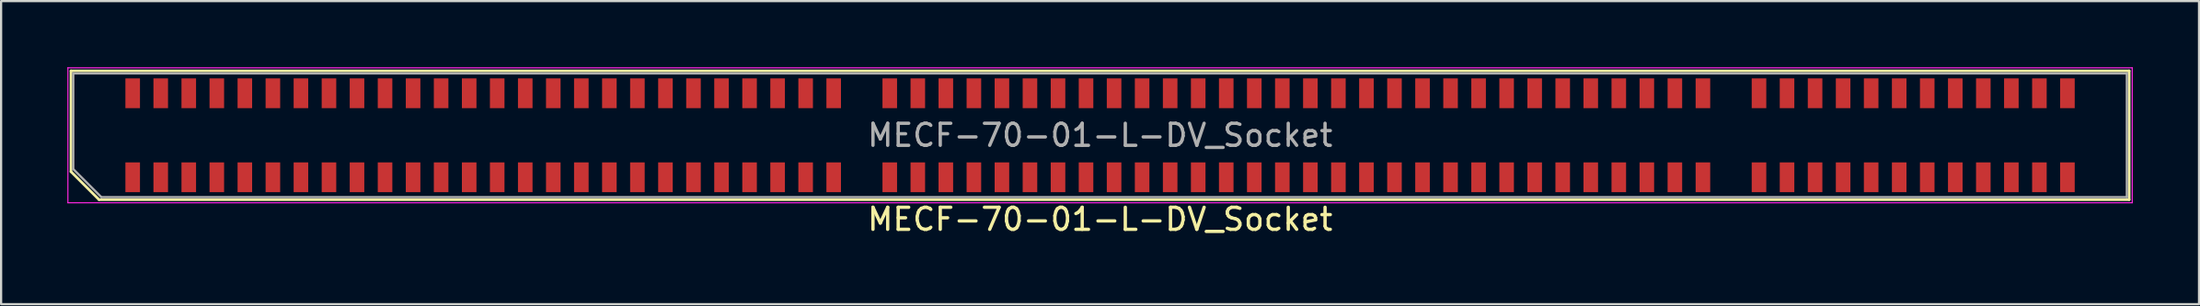
<source format=kicad_pcb>
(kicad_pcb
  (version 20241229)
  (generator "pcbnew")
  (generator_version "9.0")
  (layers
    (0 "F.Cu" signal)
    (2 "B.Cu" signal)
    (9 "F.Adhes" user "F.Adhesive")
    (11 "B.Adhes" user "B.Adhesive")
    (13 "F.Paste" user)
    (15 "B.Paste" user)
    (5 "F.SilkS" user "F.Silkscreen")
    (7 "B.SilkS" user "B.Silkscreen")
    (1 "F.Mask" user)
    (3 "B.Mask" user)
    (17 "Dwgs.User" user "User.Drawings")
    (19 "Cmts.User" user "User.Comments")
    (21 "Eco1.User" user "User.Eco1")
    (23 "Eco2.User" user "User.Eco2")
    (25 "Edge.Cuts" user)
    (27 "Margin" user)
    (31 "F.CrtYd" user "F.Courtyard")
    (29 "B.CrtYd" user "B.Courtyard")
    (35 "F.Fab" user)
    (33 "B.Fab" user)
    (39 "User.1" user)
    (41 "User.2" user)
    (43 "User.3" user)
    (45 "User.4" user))
  (footprint "MECF-70-01-L-DV_Socket"
    (layer "F.Cu")
    (at 46.775 3.085)
    (property "Reference" "MECF-70-01-L-DV_Socket" (at 0 3.81 0) (layer "F.SilkS") (effects (font (size 1 1) (thickness 0.15))))
    (attr smd)
    (fp_line (start -46.61 -2.92) (end 46.61 -2.92) (stroke (width 0.12) (type solid)) (layer "F.SilkS"))
    (fp_line (start -46.61 1.65) (end -46.61 -2.92) (stroke (width 0.12) (type solid)) (layer "F.SilkS"))
    (fp_line (start -45.34 2.92) (end -46.61 1.65) (stroke (width 0.12) (type solid)) (layer "F.SilkS"))
    (fp_line (start -45.34 2.92) (end 46.61 2.92) (stroke (width 0.12) (type solid)) (layer "F.SilkS"))
    (fp_line (start 46.61 2.92) (end 46.61 -2.92) (stroke (width 0.12) (type solid)) (layer "F.SilkS"))
    (fp_line (start -46.75 -3.06) (end -46.75 3.06) (stroke (width 0.05) (type solid)) (layer "F.CrtYd"))
    (fp_line (start -46.75 3.06) (end 46.75 3.06) (stroke (width 0.05) (type solid)) (layer "F.CrtYd"))
    (fp_line (start 46.75 -3.06) (end -46.75 -3.06) (stroke (width 0.05) (type solid)) (layer "F.CrtYd"))
    (fp_line (start 46.75 3.06) (end 46.75 -3.06) (stroke (width 0.05) (type solid)) (layer "F.CrtYd"))
    (fp_line (start -46.505 -2.805) (end 46.505 -2.805) (stroke (width 0.1) (type solid)) (layer "F.Fab"))
    (fp_line (start -46.505 1.535) (end -46.505 -2.805) (stroke (width 0.1) (type solid)) (layer "F.Fab"))
    (fp_line (start -46.505 1.535) (end -45.235 2.805) (stroke (width 0.1) (type solid)) (layer "F.Fab"))
    (fp_line (start -45.235 2.805) (end 46.505 2.805) (stroke (width 0.1) (type solid)) (layer "F.Fab"))
    (fp_line (start 46.505 2.805) (end 46.505 -2.805) (stroke (width 0.1) (type solid)) (layer "F.Fab"))
    (fp_text user "${REFERENCE}" (at 0 0 0) (layer "F.Fab") (effects (font (size 1 1) (thickness 0.15))))
    (pad "" np_thru_hole circle (at -45.595 0) (size 0.001 0.001) (drill 1.45) (layers "*.Cu" "*.Mask"))
    (pad "" np_thru_hole circle (at 45.595 1) (size 0.001 0.001) (drill 1.45) (layers "*.Cu" "*.Mask"))
    (pad "1" smd rect (at -43.815 1.905) (size 0.66 1.35) (layers "F.Cu" "F.Mask" "F.Paste"))
    (pad "2" smd rect (at -43.815 -1.905) (size 0.66 1.35) (layers "F.Cu" "F.Mask" "F.Paste"))
    (pad "3" smd rect (at -42.545 1.905) (size 0.66 1.35) (layers "F.Cu" "F.Mask" "F.Paste"))
    (pad "4" smd rect (at -42.545 -1.905) (size 0.66 1.35) (layers "F.Cu" "F.Mask" "F.Paste"))
    (pad "5" smd rect (at -41.275 1.905) (size 0.66 1.35) (layers "F.Cu" "F.Mask" "F.Paste"))
    (pad "6" smd rect (at -41.275 -1.905) (size 0.66 1.35) (layers "F.Cu" "F.Mask" "F.Paste"))
    (pad "7" smd rect (at -40.005 1.905) (size 0.66 1.35) (layers "F.Cu" "F.Mask" "F.Paste"))
    (pad "8" smd rect (at -40.005 -1.905) (size 0.66 1.35) (layers "F.Cu" "F.Mask" "F.Paste"))
    (pad "9" smd rect (at -38.735 1.905) (size 0.66 1.35) (layers "F.Cu" "F.Mask" "F.Paste"))
    (pad "10" smd rect (at -38.735 -1.905) (size 0.66 1.35) (layers "F.Cu" "F.Mask" "F.Paste"))
    (pad "11" smd rect (at -37.465 1.905) (size 0.66 1.35) (layers "F.Cu" "F.Mask" "F.Paste"))
    (pad "12" smd rect (at -37.465 -1.905) (size 0.66 1.35) (layers "F.Cu" "F.Mask" "F.Paste"))
    (pad "13" smd rect (at -36.195 1.905) (size 0.66 1.35) (layers "F.Cu" "F.Mask" "F.Paste"))
    (pad "14" smd rect (at -36.195 -1.905) (size 0.66 1.35) (layers "F.Cu" "F.Mask" "F.Paste"))
    (pad "15" smd rect (at -34.925 1.905) (size 0.66 1.35) (layers "F.Cu" "F.Mask" "F.Paste"))
    (pad "16" smd rect (at -34.925 -1.905) (size 0.66 1.35) (layers "F.Cu" "F.Mask" "F.Paste"))
    (pad "17" smd rect (at -33.655 1.905) (size 0.66 1.35) (layers "F.Cu" "F.Mask" "F.Paste"))
    (pad "18" smd rect (at -33.655 -1.905) (size 0.66 1.35) (layers "F.Cu" "F.Mask" "F.Paste"))
    (pad "19" smd rect (at -32.385 1.905) (size 0.66 1.35) (layers "F.Cu" "F.Mask" "F.Paste"))
    (pad "20" smd rect (at -32.385 -1.905) (size 0.66 1.35) (layers "F.Cu" "F.Mask" "F.Paste"))
    (pad "21" smd rect (at -31.115 1.905) (size 0.66 1.35) (layers "F.Cu" "F.Mask" "F.Paste"))
    (pad "22" smd rect (at -31.115 -1.905) (size 0.66 1.35) (layers "F.Cu" "F.Mask" "F.Paste"))
    (pad "23" smd rect (at -29.845 1.905) (size 0.66 1.35) (layers "F.Cu" "F.Mask" "F.Paste"))
    (pad "24" smd rect (at -29.845 -1.905) (size 0.66 1.35) (layers "F.Cu" "F.Mask" "F.Paste"))
    (pad "25" smd rect (at -28.575 1.905) (size 0.66 1.35) (layers "F.Cu" "F.Mask" "F.Paste"))
    (pad "26" smd rect (at -28.575 -1.905) (size 0.66 1.35) (layers "F.Cu" "F.Mask" "F.Paste"))
    (pad "27" smd rect (at -27.305 1.905) (size 0.66 1.35) (layers "F.Cu" "F.Mask" "F.Paste"))
    (pad "28" smd rect (at -27.305 -1.905) (size 0.66 1.35) (layers "F.Cu" "F.Mask" "F.Paste"))
    (pad "29" smd rect (at -26.035 1.905) (size 0.66 1.35) (layers "F.Cu" "F.Mask" "F.Paste"))
    (pad "30" smd rect (at -26.035 -1.905) (size 0.66 1.35) (layers "F.Cu" "F.Mask" "F.Paste"))
    (pad "31" smd rect (at -24.765 1.905) (size 0.66 1.35) (layers "F.Cu" "F.Mask" "F.Paste"))
    (pad "32" smd rect (at -24.765 -1.905) (size 0.66 1.35) (layers "F.Cu" "F.Mask" "F.Paste"))
    (pad "33" smd rect (at -23.495 1.905) (size 0.66 1.35) (layers "F.Cu" "F.Mask" "F.Paste"))
    (pad "34" smd rect (at -23.495 -1.905) (size 0.66 1.35) (layers "F.Cu" "F.Mask" "F.Paste"))
    (pad "35" smd rect (at -22.225 1.905) (size 0.66 1.35) (layers "F.Cu" "F.Mask" "F.Paste"))
    (pad "36" smd rect (at -22.225 -1.905) (size 0.66 1.35) (layers "F.Cu" "F.Mask" "F.Paste"))
    (pad "37" smd rect (at -20.955 1.905) (size 0.66 1.35) (layers "F.Cu" "F.Mask" "F.Paste"))
    (pad "38" smd rect (at -20.955 -1.905) (size 0.66 1.35) (layers "F.Cu" "F.Mask" "F.Paste"))
    (pad "39" smd rect (at -19.685 1.905) (size 0.66 1.35) (layers "F.Cu" "F.Mask" "F.Paste"))
    (pad "40" smd rect (at -19.685 -1.905) (size 0.66 1.35) (layers "F.Cu" "F.Mask" "F.Paste"))
    (pad "41" smd rect (at -18.415 1.905) (size 0.66 1.35) (layers "F.Cu" "F.Mask" "F.Paste"))
    (pad "42" smd rect (at -18.415 -1.905) (size 0.66 1.35) (layers "F.Cu" "F.Mask" "F.Paste"))
    (pad "43" smd rect (at -17.145 1.905) (size 0.66 1.35) (layers "F.Cu" "F.Mask" "F.Paste"))
    (pad "44" smd rect (at -17.145 -1.905) (size 0.66 1.35) (layers "F.Cu" "F.Mask" "F.Paste"))
    (pad "45" smd rect (at -15.875 1.905) (size 0.66 1.35) (layers "F.Cu" "F.Mask" "F.Paste"))
    (pad "46" smd rect (at -15.875 -1.905) (size 0.66 1.35) (layers "F.Cu" "F.Mask" "F.Paste"))
    (pad "47" smd rect (at -14.605 1.905) (size 0.66 1.35) (layers "F.Cu" "F.Mask" "F.Paste"))
    (pad "48" smd rect (at -14.605 -1.905) (size 0.66 1.35) (layers "F.Cu" "F.Mask" "F.Paste"))
    (pad "49" smd rect (at -13.335 1.905) (size 0.66 1.35) (layers "F.Cu" "F.Mask" "F.Paste"))
    (pad "50" smd rect (at -13.335 -1.905) (size 0.66 1.35) (layers "F.Cu" "F.Mask" "F.Paste"))
    (pad "51" smd rect (at -12.065 1.905) (size 0.66 1.35) (layers "F.Cu" "F.Mask" "F.Paste"))
    (pad "52" smd rect (at -12.065 -1.905) (size 0.66 1.35) (layers "F.Cu" "F.Mask" "F.Paste"))
    (pad "55" smd rect (at -9.525 1.905) (size 0.66 1.35) (layers "F.Cu" "F.Mask" "F.Paste"))
    (pad "56" smd rect (at -9.525 -1.905) (size 0.66 1.35) (layers "F.Cu" "F.Mask" "F.Paste"))
    (pad "57" smd rect (at -8.255 1.905) (size 0.66 1.35) (layers "F.Cu" "F.Mask" "F.Paste"))
    (pad "58" smd rect (at -8.255 -1.905) (size 0.66 1.35) (layers "F.Cu" "F.Mask" "F.Paste"))
    (pad "59" smd rect (at -6.985 1.905) (size 0.66 1.35) (layers "F.Cu" "F.Mask" "F.Paste"))
    (pad "60" smd rect (at -6.985 -1.905) (size 0.66 1.35) (layers "F.Cu" "F.Mask" "F.Paste"))
    (pad "61" smd rect (at -5.715 1.905) (size 0.66 1.35) (layers "F.Cu" "F.Mask" "F.Paste"))
    (pad "62" smd rect (at -5.715 -1.905) (size 0.66 1.35) (layers "F.Cu" "F.Mask" "F.Paste"))
    (pad "63" smd rect (at -4.445 1.905) (size 0.66 1.35) (layers "F.Cu" "F.Mask" "F.Paste"))
    (pad "64" smd rect (at -4.445 -1.905) (size 0.66 1.35) (layers "F.Cu" "F.Mask" "F.Paste"))
    (pad "65" smd rect (at -3.175 1.905) (size 0.66 1.35) (layers "F.Cu" "F.Mask" "F.Paste"))
    (pad "66" smd rect (at -3.175 -1.905) (size 0.66 1.35) (layers "F.Cu" "F.Mask" "F.Paste"))
    (pad "67" smd rect (at -1.905 1.905) (size 0.66 1.35) (layers "F.Cu" "F.Mask" "F.Paste"))
    (pad "68" smd rect (at -1.905 -1.905) (size 0.66 1.35) (layers "F.Cu" "F.Mask" "F.Paste"))
    (pad "69" smd rect (at -0.635 1.905) (size 0.66 1.35) (layers "F.Cu" "F.Mask" "F.Paste"))
    (pad "70" smd rect (at -0.635 -1.905) (size 0.66 1.35) (layers "F.Cu" "F.Mask" "F.Paste"))
    (pad "71" smd rect (at 0.635 1.905) (size 0.66 1.35) (layers "F.Cu" "F.Mask" "F.Paste"))
    (pad "72" smd rect (at 0.635 -1.905) (size 0.66 1.35) (layers "F.Cu" "F.Mask" "F.Paste"))
    (pad "73" smd rect (at 1.905 1.905) (size 0.66 1.35) (layers "F.Cu" "F.Mask" "F.Paste"))
    (pad "74" smd rect (at 1.905 -1.905) (size 0.66 1.35) (layers "F.Cu" "F.Mask" "F.Paste"))
    (pad "75" smd rect (at 3.175 1.905) (size 0.66 1.35) (layers "F.Cu" "F.Mask" "F.Paste"))
    (pad "76" smd rect (at 3.175 -1.905) (size 0.66 1.35) (layers "F.Cu" "F.Mask" "F.Paste"))
    (pad "77" smd rect (at 4.445 1.905) (size 0.66 1.35) (layers "F.Cu" "F.Mask" "F.Paste"))
    (pad "78" smd rect (at 4.445 -1.905) (size 0.66 1.35) (layers "F.Cu" "F.Mask" "F.Paste"))
    (pad "79" smd rect (at 5.715 1.905) (size 0.66 1.35) (layers "F.Cu" "F.Mask" "F.Paste"))
    (pad "80" smd rect (at 5.715 -1.905) (size 0.66 1.35) (layers "F.Cu" "F.Mask" "F.Paste"))
    (pad "81" smd rect (at 6.985 1.905) (size 0.66 1.35) (layers "F.Cu" "F.Mask" "F.Paste"))
    (pad "82" smd rect (at 6.985 -1.905) (size 0.66 1.35) (layers "F.Cu" "F.Mask" "F.Paste"))
    (pad "83" smd rect (at 8.255 1.905) (size 0.66 1.35) (layers "F.Cu" "F.Mask" "F.Paste"))
    (pad "84" smd rect (at 8.255 -1.905) (size 0.66 1.35) (layers "F.Cu" "F.Mask" "F.Paste"))
    (pad "85" smd rect (at 9.525 1.905) (size 0.66 1.35) (layers "F.Cu" "F.Mask" "F.Paste"))
    (pad "86" smd rect (at 9.525 -1.905) (size 0.66 1.35) (layers "F.Cu" "F.Mask" "F.Paste"))
    (pad "87" smd rect (at 10.795 1.905) (size 0.66 1.35) (layers "F.Cu" "F.Mask" "F.Paste"))
    (pad "88" smd rect (at 10.795 -1.905) (size 0.66 1.35) (layers "F.Cu" "F.Mask" "F.Paste"))
    (pad "89" smd rect (at 12.065 1.905) (size 0.66 1.35) (layers "F.Cu" "F.Mask" "F.Paste"))
    (pad "90" smd rect (at 12.065 -1.905) (size 0.66 1.35) (layers "F.Cu" "F.Mask" "F.Paste"))
    (pad "91" smd rect (at 13.335 1.905) (size 0.66 1.35) (layers "F.Cu" "F.Mask" "F.Paste"))
    (pad "92" smd rect (at 13.335 -1.905) (size 0.66 1.35) (layers "F.Cu" "F.Mask" "F.Paste"))
    (pad "93" smd rect (at 14.605 1.905) (size 0.66 1.35) (layers "F.Cu" "F.Mask" "F.Paste"))
    (pad "94" smd rect (at 14.605 -1.905) (size 0.66 1.35) (layers "F.Cu" "F.Mask" "F.Paste"))
    (pad "95" smd rect (at 15.875 1.905) (size 0.66 1.35) (layers "F.Cu" "F.Mask" "F.Paste"))
    (pad "96" smd rect (at 15.875 -1.905) (size 0.66 1.35) (layers "F.Cu" "F.Mask" "F.Paste"))
    (pad "97" smd rect (at 17.145 1.905) (size 0.66 1.35) (layers "F.Cu" "F.Mask" "F.Paste"))
    (pad "98" smd rect (at 17.145 -1.905) (size 0.66 1.35) (layers "F.Cu" "F.Mask" "F.Paste"))
    (pad "99" smd rect (at 18.415 1.905) (size 0.66 1.35) (layers "F.Cu" "F.Mask" "F.Paste"))
    (pad "100" smd rect (at 18.415 -1.905) (size 0.66 1.35) (layers "F.Cu" "F.Mask" "F.Paste"))
    (pad "101" smd rect (at 19.685 1.905) (size 0.66 1.35) (layers "F.Cu" "F.Mask" "F.Paste"))
    (pad "102" smd rect (at 19.685 -1.905) (size 0.66 1.35) (layers "F.Cu" "F.Mask" "F.Paste"))
    (pad "103" smd rect (at 20.955 1.905) (size 0.66 1.35) (layers "F.Cu" "F.Mask" "F.Paste"))
    (pad "104" smd rect (at 20.955 -1.905) (size 0.66 1.35) (layers "F.Cu" "F.Mask" "F.Paste"))
    (pad "105" smd rect (at 22.225 1.905) (size 0.66 1.35) (layers "F.Cu" "F.Mask" "F.Paste"))
    (pad "106" smd rect (at 22.225 -1.905) (size 0.66 1.35) (layers "F.Cu" "F.Mask" "F.Paste"))
    (pad "107" smd rect (at 23.495 1.905) (size 0.66 1.35) (layers "F.Cu" "F.Mask" "F.Paste"))
    (pad "108" smd rect (at 23.495 -1.905) (size 0.66 1.35) (layers "F.Cu" "F.Mask" "F.Paste"))
    (pad "109" smd rect (at 24.765 1.905) (size 0.66 1.35) (layers "F.Cu" "F.Mask" "F.Paste"))
    (pad "110" smd rect (at 24.765 -1.905) (size 0.66 1.35) (layers "F.Cu" "F.Mask" "F.Paste"))
    (pad "111" smd rect (at 26.035 1.905) (size 0.66 1.35) (layers "F.Cu" "F.Mask" "F.Paste"))
    (pad "112" smd rect (at 26.035 -1.905) (size 0.66 1.35) (layers "F.Cu" "F.Mask" "F.Paste"))
    (pad "113" smd rect (at 27.305 1.905) (size 0.66 1.35) (layers "F.Cu" "F.Mask" "F.Paste"))
    (pad "114" smd rect (at 27.305 -1.905) (size 0.66 1.35) (layers "F.Cu" "F.Mask" "F.Paste"))
    (pad "117" smd rect (at 29.845 1.905) (size 0.66 1.35) (layers "F.Cu" "F.Mask" "F.Paste"))
    (pad "118" smd rect (at 29.845 -1.905) (size 0.66 1.35) (layers "F.Cu" "F.Mask" "F.Paste"))
    (pad "119" smd rect (at 31.115 1.905) (size 0.66 1.35) (layers "F.Cu" "F.Mask" "F.Paste"))
    (pad "120" smd rect (at 31.115 -1.905) (size 0.66 1.35) (layers "F.Cu" "F.Mask" "F.Paste"))
    (pad "121" smd rect (at 32.385 1.905) (size 0.66 1.35) (layers "F.Cu" "F.Mask" "F.Paste"))
    (pad "122" smd rect (at 32.385 -1.905) (size 0.66 1.35) (layers "F.Cu" "F.Mask" "F.Paste"))
    (pad "123" smd rect (at 33.655 1.905) (size 0.66 1.35) (layers "F.Cu" "F.Mask" "F.Paste"))
    (pad "124" smd rect (at 33.655 -1.905) (size 0.66 1.35) (layers "F.Cu" "F.Mask" "F.Paste"))
    (pad "125" smd rect (at 34.925 1.905) (size 0.66 1.35) (layers "F.Cu" "F.Mask" "F.Paste"))
    (pad "126" smd rect (at 34.925 -1.905) (size 0.66 1.35) (layers "F.Cu" "F.Mask" "F.Paste"))
    (pad "127" smd rect (at 36.195 1.905) (size 0.66 1.35) (layers "F.Cu" "F.Mask" "F.Paste"))
    (pad "128" smd rect (at 36.195 -1.905) (size 0.66 1.35) (layers "F.Cu" "F.Mask" "F.Paste"))
    (pad "129" smd rect (at 37.465 1.905) (size 0.66 1.35) (layers "F.Cu" "F.Mask" "F.Paste"))
    (pad "130" smd rect (at 37.465 -1.905) (size 0.66 1.35) (layers "F.Cu" "F.Mask" "F.Paste"))
    (pad "131" smd rect (at 38.735 1.905) (size 0.66 1.35) (layers "F.Cu" "F.Mask" "F.Paste"))
    (pad "132" smd rect (at 38.735 -1.905) (size 0.66 1.35) (layers "F.Cu" "F.Mask" "F.Paste"))
    (pad "133" smd rect (at 40.005 1.905) (size 0.66 1.35) (layers "F.Cu" "F.Mask" "F.Paste"))
    (pad "134" smd rect (at 40.005 -1.905) (size 0.66 1.35) (layers "F.Cu" "F.Mask" "F.Paste"))
    (pad "135" smd rect (at 41.275 1.905) (size 0.66 1.35) (layers "F.Cu" "F.Mask" "F.Paste"))
    (pad "136" smd rect (at 41.275 -1.905) (size 0.66 1.35) (layers "F.Cu" "F.Mask" "F.Paste"))
    (pad "137" smd rect (at 42.545 1.905) (size 0.66 1.35) (layers "F.Cu" "F.Mask" "F.Paste"))
    (pad "138" smd rect (at 42.545 -1.905) (size 0.66 1.35) (layers "F.Cu" "F.Mask" "F.Paste"))
    (pad "139" smd rect (at 43.815 1.905) (size 0.66 1.35) (layers "F.Cu" "F.Mask" "F.Paste"))
    (pad "140" smd rect (at 43.815 -1.905) (size 0.66 1.35) (layers "F.Cu" "F.Mask" "F.Paste")))
  (gr_rect
    (start -3 -3)
    (end 96.55 10.743)
    (stroke (width 0.1) (type default))
    (fill no)
    (layer "Edge.Cuts")))
</source>
